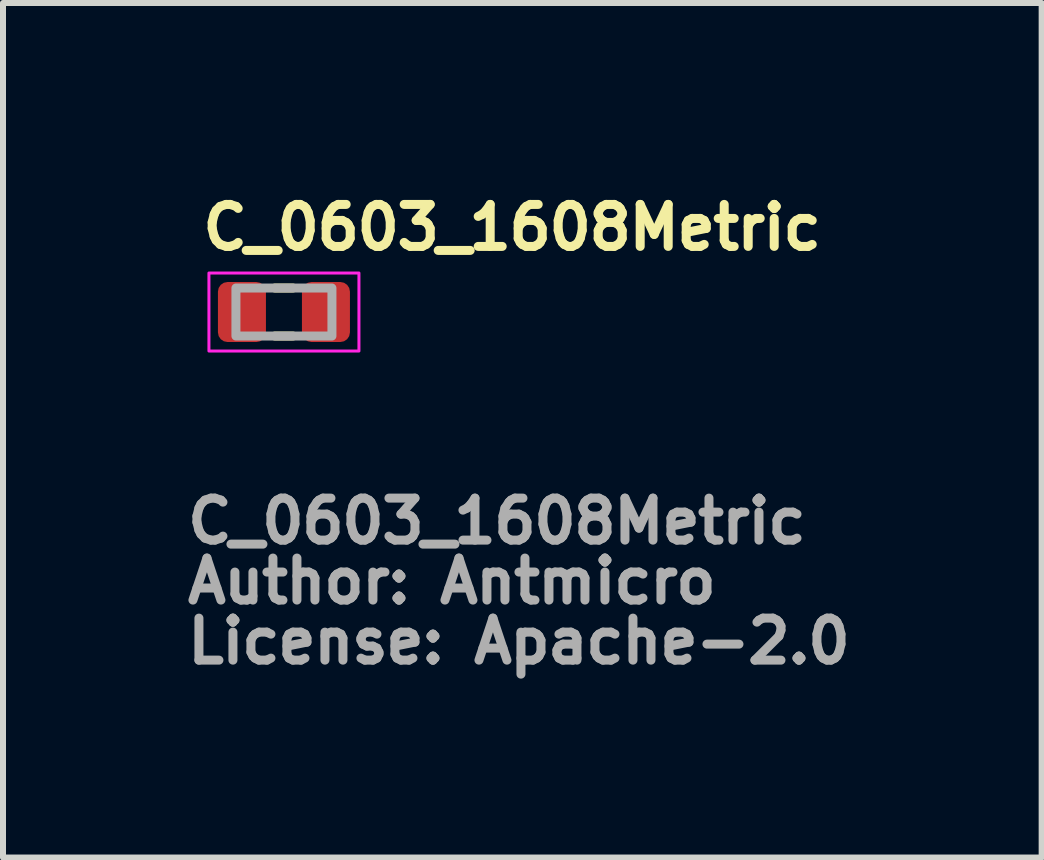
<source format=kicad_pcb>
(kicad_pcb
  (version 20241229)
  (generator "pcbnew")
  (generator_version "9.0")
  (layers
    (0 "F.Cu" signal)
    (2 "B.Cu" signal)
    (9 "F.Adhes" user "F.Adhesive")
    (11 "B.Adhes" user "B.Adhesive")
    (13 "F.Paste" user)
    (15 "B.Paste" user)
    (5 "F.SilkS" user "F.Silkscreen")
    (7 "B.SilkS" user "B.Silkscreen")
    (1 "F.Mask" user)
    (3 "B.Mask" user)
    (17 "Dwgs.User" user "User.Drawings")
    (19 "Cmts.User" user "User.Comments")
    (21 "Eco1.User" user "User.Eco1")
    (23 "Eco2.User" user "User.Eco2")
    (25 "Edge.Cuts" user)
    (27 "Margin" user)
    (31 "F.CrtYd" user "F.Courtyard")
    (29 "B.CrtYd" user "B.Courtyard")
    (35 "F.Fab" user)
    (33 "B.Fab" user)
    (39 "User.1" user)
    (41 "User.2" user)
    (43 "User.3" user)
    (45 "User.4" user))
  (footprint "C_0603_1608Metric"
    (layer "F.Cu")
    (at 1.682 2.15)
    (property "Reference" "C_0603_1608Metric" (at -1.428 -1 0) (layer "F.SilkS") (effects (font (size 0.7 0.7) (thickness 0.15)) (justify left bottom)))
    (attr smd)
    (fp_line (start -0.15 -0.4) (end 0.15 -0.4) (stroke (width 0.15) (type solid)) (layer "F.SilkS"))
    (fp_line (start -0.15 0.4) (end 0.15 0.4) (stroke (width 0.15) (type solid)) (layer "F.SilkS"))
    (fp_rect (start -1.25 -0.65) (end 1.25 0.65) (stroke (width 0.05) (type solid)) (fill no) (layer "F.CrtYd"))
    (fp_rect (start -0.8 -0.4) (end 0.8 0.4) (stroke (width 0.15) (type solid)) (fill no) (layer "F.Fab"))
    (fp_rect (start -0.8 -0.45) (end 0.8 0.45) (stroke (width 0.1) (type solid)) (fill no) (layer "User.5"))
    (fp_line (start -0.801 -0.434) (end -0.801 -0.434) (stroke (width 0.02) (type solid)) (layer "User.9"))
    (fp_line (start -0.801 -0.434) (end -0.801 0.432) (stroke (width 0.02) (type solid)) (layer "User.9"))
    (fp_line (start -0.801 -0.434) (end -0.8 -0.434) (stroke (width 0.02) (type solid)) (layer "User.9"))
    (fp_line (start -0.801 0.432) (end -0.801 0.432) (stroke (width 0.02) (type solid)) (layer "User.9"))
    (fp_line (start -0.801 0.432) (end -0.8 0.433) (stroke (width 0.02) (type solid)) (layer "User.9"))
    (fp_line (start -0.8 -0.44) (end -0.8 -0.439) (stroke (width 0.02) (type solid)) (layer "User.9"))
    (fp_line (start -0.8 -0.439) (end -0.8 -0.438) (stroke (width 0.02) (type solid)) (layer "User.9"))
    (fp_line (start -0.8 -0.438) (end -0.8 -0.438) (stroke (width 0.02) (type solid)) (layer "User.9"))
    (fp_line (start -0.8 -0.438) (end -0.8 -0.437) (stroke (width 0.02) (type solid)) (layer "User.9"))
    (fp_line (start -0.8 -0.437) (end -0.8 -0.436) (stroke (width 0.02) (type solid)) (layer "User.9"))
    (fp_line (start -0.8 -0.436) (end -0.8 -0.435) (stroke (width 0.02) (type solid)) (layer "User.9"))
    (fp_line (start -0.8 -0.435) (end -0.801 -0.434) (stroke (width 0.02) (type solid)) (layer "User.9"))
    (fp_line (start -0.8 -0.434) (end -0.8 -0.433) (stroke (width 0.02) (type solid)) (layer "User.9"))
    (fp_line (start -0.8 -0.433) (end -0.8 -0.432) (stroke (width 0.02) (type solid)) (layer "User.9"))
    (fp_line (start -0.8 -0.432) (end -0.8 -0.431) (stroke (width 0.02) (type solid)) (layer "User.9"))
    (fp_line (start -0.8 -0.431) (end -0.8 -0.431) (stroke (width 0.02) (type solid)) (layer "User.9"))
    (fp_line (start -0.8 -0.431) (end -0.8 -0.43) (stroke (width 0.02) (type solid)) (layer "User.9"))
    (fp_line (start -0.8 -0.43) (end -0.8 -0.429) (stroke (width 0.02) (type solid)) (layer "User.9"))
    (fp_line (start -0.8 -0.429) (end -0.799 -0.428) (stroke (width 0.02) (type solid)) (layer "User.9"))
    (fp_line (start -0.8 0.427) (end -0.8 0.428) (stroke (width 0.02) (type solid)) (layer "User.9"))
    (fp_line (start -0.8 0.428) (end -0.8 0.429) (stroke (width 0.02) (type solid)) (layer "User.9"))
    (fp_line (start -0.8 0.429) (end -0.8 0.429) (stroke (width 0.02) (type solid)) (layer "User.9"))
    (fp_line (start -0.8 0.429) (end -0.8 0.43) (stroke (width 0.02) (type solid)) (layer "User.9"))
    (fp_line (start -0.8 0.43) (end -0.8 0.431) (stroke (width 0.02) (type solid)) (layer "User.9"))
    (fp_line (start -0.8 0.431) (end -0.8 0.432) (stroke (width 0.02) (type solid)) (layer "User.9"))
    (fp_line (start -0.8 0.432) (end -0.801 0.432) (stroke (width 0.02) (type solid)) (layer "User.9"))
    (fp_line (start -0.8 0.433) (end -0.8 0.434) (stroke (width 0.02) (type solid)) (layer "User.9"))
    (fp_line (start -0.8 0.434) (end -0.8 0.435) (stroke (width 0.02) (type solid)) (layer "User.9"))
    (fp_line (start -0.8 0.435) (end -0.8 0.436) (stroke (width 0.02) (type solid)) (layer "User.9"))
    (fp_line (start -0.8 0.436) (end -0.8 0.436) (stroke (width 0.02) (type solid)) (layer "User.9"))
    (fp_line (start -0.8 0.436) (end -0.8 0.437) (stroke (width 0.02) (type solid)) (layer "User.9"))
    (fp_line (start -0.8 0.437) (end -0.8 0.438) (stroke (width 0.02) (type solid)) (layer "User.9"))
    (fp_line (start -0.8 0.438) (end -0.799 0.439) (stroke (width 0.02) (type solid)) (layer "User.9"))
    (fp_line (start -0.799 -0.442) (end -0.799 -0.441) (stroke (width 0.02) (type solid)) (layer "User.9"))
    (fp_line (start -0.799 -0.441) (end -0.8 -0.44) (stroke (width 0.02) (type solid)) (layer "User.9"))
    (fp_line (start -0.799 -0.441) (end -0.799 -0.441) (stroke (width 0.02) (type solid)) (layer "User.9"))
    (fp_line (start -0.799 -0.428) (end -0.799 -0.428) (stroke (width 0.02) (type solid)) (layer "User.9"))
    (fp_line (start -0.799 -0.428) (end -0.799 -0.427) (stroke (width 0.02) (type solid)) (layer "User.9"))
    (fp_line (start -0.799 -0.427) (end -0.798 -0.426) (stroke (width 0.02) (type solid)) (layer "User.9"))
    (fp_line (start -0.799 0.425) (end -0.799 0.426) (stroke (width 0.02) (type solid)) (layer "User.9"))
    (fp_line (start -0.799 0.426) (end -0.8 0.427) (stroke (width 0.02) (type solid)) (layer "User.9"))
    (fp_line (start -0.799 0.426) (end -0.799 0.426) (stroke (width 0.02) (type solid)) (layer "User.9"))
    (fp_line (start -0.799 0.439) (end -0.799 0.439) (stroke (width 0.02) (type solid)) (layer "User.9"))
    (fp_line (start -0.799 0.439) (end -0.799 0.44) (stroke (width 0.02) (type solid)) (layer "User.9"))
    (fp_line (start -0.799 0.44) (end -0.798 0.441) (stroke (width 0.02) (type solid)) (layer "User.9"))
    (fp_line (start -0.798 -0.443) (end -0.799 -0.442) (stroke (width 0.02) (type solid)) (layer "User.9"))
    (fp_line (start -0.798 -0.443) (end -0.798 -0.443) (stroke (width 0.02) (type solid)) (layer "User.9"))
    (fp_line (start -0.798 -0.426) (end -0.798 -0.426) (stroke (width 0.02) (type solid)) (layer "User.9"))
    (fp_line (start -0.798 -0.426) (end -0.797 -0.425) (stroke (width 0.02) (type solid)) (layer "User.9"))
    (fp_line (start -0.798 0.424) (end -0.799 0.425) (stroke (width 0.02) (type solid)) (layer "User.9"))
    (fp_line (start -0.798 0.424) (end -0.798 0.424) (stroke (width 0.02) (type solid)) (layer "User.9"))
    (fp_line (start -0.798 0.441) (end -0.798 0.441) (stroke (width 0.02) (type solid)) (layer "User.9"))
    (fp_line (start -0.798 0.441) (end -0.797 0.442) (stroke (width 0.02) (type solid)) (layer "User.9"))
    (fp_line (start -0.797 -0.445) (end -0.797 -0.444) (stroke (width 0.02) (type solid)) (layer "User.9"))
    (fp_line (start -0.797 -0.444) (end -0.798 -0.443) (stroke (width 0.02) (type solid)) (layer "User.9"))
    (fp_line (start -0.797 -0.425) (end -0.797 -0.424) (stroke (width 0.02) (type solid)) (layer "User.9"))
    (fp_line (start -0.797 -0.424) (end -0.796 -0.424) (stroke (width 0.02) (type solid)) (layer "User.9"))
    (fp_line (start -0.797 0.422) (end -0.797 0.423) (stroke (width 0.02) (type solid)) (layer "User.9"))
    (fp_line (start -0.797 0.423) (end -0.798 0.424) (stroke (width 0.02) (type solid)) (layer "User.9"))
    (fp_line (start -0.797 0.442) (end -0.797 0.443) (stroke (width 0.02) (type solid)) (layer "User.9"))
    (fp_line (start -0.797 0.443) (end -0.796 0.443) (stroke (width 0.02) (type solid)) (layer "User.9"))
    (fp_line (start -0.796 -0.446) (end -0.796 -0.445) (stroke (width 0.02) (type solid)) (layer "User.9"))
    (fp_line (start -0.796 -0.445) (end -0.797 -0.445) (stroke (width 0.02) (type solid)) (layer "User.9"))
    (fp_line (start -0.796 -0.424) (end -0.796 -0.423) (stroke (width 0.02) (type solid)) (layer "User.9"))
    (fp_line (start -0.796 -0.423) (end -0.795 -0.423) (stroke (width 0.02) (type solid)) (layer "User.9"))
    (fp_line (start -0.796 0.421) (end -0.796 0.422) (stroke (width 0.02) (type solid)) (layer "User.9"))
    (fp_line (start -0.796 0.422) (end -0.797 0.422) (stroke (width 0.02) (type solid)) (layer "User.9"))
    (fp_line (start -0.796 0.443) (end -0.796 0.444) (stroke (width 0.02) (type solid)) (layer "User.9"))
    (fp_line (start -0.796 0.444) (end -0.795 0.444) (stroke (width 0.02) (type solid)) (layer "User.9"))
    (fp_line (start -0.795 -0.447) (end -0.795 -0.446) (stroke (width 0.02) (type solid)) (layer "User.9"))
    (fp_line (start -0.795 -0.446) (end -0.796 -0.446) (stroke (width 0.02) (type solid)) (layer "User.9"))
    (fp_line (start -0.795 -0.423) (end -0.795 -0.422) (stroke (width 0.02) (type solid)) (layer "User.9"))
    (fp_line (start -0.795 -0.422) (end -0.794 -0.422) (stroke (width 0.02) (type solid)) (layer "User.9"))
    (fp_line (start -0.795 0.42) (end -0.795 0.421) (stroke (width 0.02) (type solid)) (layer "User.9"))
    (fp_line (start -0.795 0.421) (end -0.796 0.421) (stroke (width 0.02) (type solid)) (layer "User.9"))
    (fp_line (start -0.795 0.444) (end -0.795 0.445) (stroke (width 0.02) (type solid)) (layer "User.9"))
    (fp_line (start -0.795 0.445) (end -0.794 0.445) (stroke (width 0.02) (type solid)) (layer "User.9"))
    (fp_line (start -0.794 -0.447) (end -0.795 -0.447) (stroke (width 0.02) (type solid)) (layer "User.9"))
    (fp_line (start -0.794 -0.422) (end -0.793 -0.421) (stroke (width 0.02) (type solid)) (layer "User.9"))
    (fp_line (start -0.794 0.42) (end -0.795 0.42) (stroke (width 0.02) (type solid)) (layer "User.9"))
    (fp_line (start -0.794 0.445) (end -0.793 0.446) (stroke (width 0.02) (type solid)) (layer "User.9"))
    (fp_line (start -0.793 -0.448) (end -0.794 -0.447) (stroke (width 0.02) (type solid)) (layer "User.9"))
    (fp_line (start -0.793 -0.448) (end -0.793 -0.448) (stroke (width 0.02) (type solid)) (layer "User.9"))
    (fp_line (start -0.793 -0.421) (end -0.793 -0.421) (stroke (width 0.02) (type solid)) (layer "User.9"))
    (fp_line (start -0.793 -0.421) (end -0.792 -0.42) (stroke (width 0.02) (type solid)) (layer "User.9"))
    (fp_line (start -0.793 0.419) (end -0.794 0.42) (stroke (width 0.02) (type solid)) (layer "User.9"))
    (fp_line (start -0.793 0.419) (end -0.793 0.419) (stroke (width 0.02) (type solid)) (layer "User.9"))
    (fp_line (start -0.793 0.446) (end -0.793 0.446) (stroke (width 0.02) (type solid)) (layer "User.9"))
    (fp_line (start -0.793 0.446) (end -0.792 0.448) (stroke (width 0.02) (type solid)) (layer "User.9"))
    (fp_line (start -0.792 -0.45) (end -0.793 -0.448) (stroke (width 0.02) (type solid)) (layer "User.9"))
    (fp_line (start -0.792 -0.42) (end -0.791 -0.42) (stroke (width 0.02) (type solid)) (layer "User.9"))
    (fp_line (start -0.792 0.418) (end -0.793 0.419) (stroke (width 0.02) (type solid)) (layer "User.9"))
    (fp_line (start -0.792 0.448) (end -0.791 0.448) (stroke (width 0.02) (type solid)) (layer "User.9"))
    (fp_line (start -0.791 -0.45) (end -0.792 -0.45) (stroke (width 0.02) (type solid)) (layer "User.9"))
    (fp_line (start -0.791 -0.45) (end -0.791 -0.45) (stroke (width 0.02) (type solid)) (layer "User.9"))
    (fp_line (start -0.791 -0.42) (end -0.791 -0.42) (stroke (width 0.02) (type solid)) (layer "User.9"))
    (fp_line (start -0.791 -0.42) (end -0.79 -0.419) (stroke (width 0.02) (type solid)) (layer "User.9"))
    (fp_line (start -0.791 0.418) (end -0.792 0.418) (stroke (width 0.02) (type solid)) (layer "User.9"))
    (fp_line (start -0.791 0.418) (end -0.791 0.418) (stroke (width 0.02) (type solid)) (layer "User.9"))
    (fp_line (start -0.791 0.448) (end -0.791 0.448) (stroke (width 0.02) (type solid)) (layer "User.9"))
    (fp_line (start -0.791 0.448) (end -0.79 0.449) (stroke (width 0.02) (type solid)) (layer "User.9"))
    (fp_line (start -0.79 -0.451) (end -0.791 -0.45) (stroke (width 0.02) (type solid)) (layer "User.9"))
    (fp_line (start -0.79 -0.419) (end -0.789 -0.419) (stroke (width 0.02) (type solid)) (layer "User.9"))
    (fp_line (start -0.79 0.417) (end -0.791 0.418) (stroke (width 0.02) (type solid)) (layer "User.9"))
    (fp_line (start -0.79 0.449) (end -0.789 0.449) (stroke (width 0.02) (type solid)) (layer "User.9"))
    (fp_line (start -0.789 -0.451) (end -0.79 -0.451) (stroke (width 0.02) (type solid)) (layer "User.9"))
    (fp_line (start -0.789 -0.419) (end -0.788 -0.419) (stroke (width 0.02) (type solid)) (layer "User.9"))
    (fp_line (start -0.789 0.417) (end -0.79 0.417) (stroke (width 0.02) (type solid)) (layer "User.9"))
    (fp_line (start -0.789 0.449) (end -0.788 0.449) (stroke (width 0.02) (type solid)) (layer "User.9"))
    (fp_line (start -0.788 -0.451) (end -0.789 -0.451) (stroke (width 0.02) (type solid)) (layer "User.9"))
    (fp_line (start -0.788 -0.451) (end -0.788 -0.451) (stroke (width 0.02) (type solid)) (layer "User.9"))
    (fp_line (start -0.788 -0.419) (end -0.788 -0.419) (stroke (width 0.02) (type solid)) (layer "User.9"))
    (fp_line (start -0.788 -0.419) (end -0.787 -0.419) (stroke (width 0.02) (type solid)) (layer "User.9"))
    (fp_line (start -0.788 0.417) (end -0.789 0.417) (stroke (width 0.02) (type solid)) (layer "User.9"))
    (fp_line (start -0.788 0.417) (end -0.788 0.417) (stroke (width 0.02) (type solid)) (layer "User.9"))
    (fp_line (start -0.788 0.449) (end -0.788 0.449) (stroke (width 0.02) (type solid)) (layer "User.9"))
    (fp_line (start -0.788 0.449) (end -0.787 0.449) (stroke (width 0.02) (type solid)) (layer "User.9"))
    (fp_line (start -0.787 -0.451) (end -0.788 -0.451) (stroke (width 0.02) (type solid)) (layer "User.9"))
    (fp_line (start -0.787 -0.419) (end -0.786 -0.419) (stroke (width 0.02) (type solid)) (layer "User.9"))
    (fp_line (start -0.787 0.417) (end -0.788 0.417) (stroke (width 0.02) (type solid)) (layer "User.9"))
    (fp_line (start -0.787 0.449) (end -0.786 0.449) (stroke (width 0.02) (type solid)) (layer "User.9"))
    (fp_line (start -0.786 -0.451) (end -0.787 -0.451) (stroke (width 0.02) (type solid)) (layer "User.9"))
    (fp_line (start -0.786 -0.419) (end -0.785 -0.419) (stroke (width 0.02) (type solid)) (layer "User.9"))
    (fp_line (start -0.786 0.417) (end -0.787 0.417) (stroke (width 0.02) (type solid)) (layer "User.9"))
    (fp_line (start -0.786 0.449) (end -0.785 0.449) (stroke (width 0.02) (type solid)) (layer "User.9"))
    (fp_line (start -0.785 -0.452) (end -0.785 -0.452) (stroke (width 0.02) (type solid)) (layer "User.9"))
    (fp_line (start -0.785 -0.452) (end -0.785 -0.451) (stroke (width 0.02) (type solid)) (layer "User.9"))
    (fp_line (start -0.785 -0.451) (end -0.786 -0.451) (stroke (width 0.02) (type solid)) (layer "User.9"))
    (fp_line (start -0.785 -0.419) (end -0.785 -0.418) (stroke (width 0.02) (type solid)) (layer "User.9"))
    (fp_line (start -0.785 -0.418) (end -0.785 -0.418) (stroke (width 0.02) (type solid)) (layer "User.9"))
    (fp_line (start -0.785 -0.418) (end -0.784 -0.419) (stroke (width 0.02) (type solid)) (layer "User.9"))
    (fp_line (start -0.785 0.416) (end -0.785 0.416) (stroke (width 0.02) (type solid)) (layer "User.9"))
    (fp_line (start -0.785 0.416) (end -0.785 0.417) (stroke (width 0.02) (type solid)) (layer "User.9"))
    (fp_line (start -0.785 0.417) (end -0.786 0.417) (stroke (width 0.02) (type solid)) (layer "User.9"))
    (fp_line (start -0.785 0.449) (end -0.785 0.45) (stroke (width 0.02) (type solid)) (layer "User.9"))
    (fp_line (start -0.785 0.45) (end -0.785 0.45) (stroke (width 0.02) (type solid)) (layer "User.9"))
    (fp_line (start -0.785 0.45) (end -0.784 0.449) (stroke (width 0.02) (type solid)) (layer "User.9"))
    (fp_line (start -0.784 -0.451) (end -0.785 -0.452) (stroke (width 0.02) (type solid)) (layer "User.9"))
    (fp_line (start -0.784 -0.419) (end -0.783 -0.419) (stroke (width 0.02) (type solid)) (layer "User.9"))
    (fp_line (start -0.784 0.417) (end -0.785 0.416) (stroke (width 0.02) (type solid)) (layer "User.9"))
    (fp_line (start -0.784 0.449) (end -0.783 0.449) (stroke (width 0.02) (type solid)) (layer "User.9"))
    (fp_line (start -0.783 -0.451) (end -0.784 -0.451) (stroke (width 0.02) (type solid)) (layer "User.9"))
    (fp_line (start -0.783 -0.419) (end -0.782 -0.419) (stroke (width 0.02) (type solid)) (layer "User.9"))
    (fp_line (start -0.783 0.417) (end -0.784 0.417) (stroke (width 0.02) (type solid)) (layer "User.9"))
    (fp_line (start -0.783 0.449) (end -0.782 0.449) (stroke (width 0.02) (type solid)) (layer "User.9"))
    (fp_line (start -0.782 -0.451) (end -0.783 -0.451) (stroke (width 0.02) (type solid)) (layer "User.9"))
    (fp_line (start -0.782 -0.419) (end -0.781 -0.419) (stroke (width 0.02) (type solid)) (layer "User.9"))
    (fp_line (start -0.782 0.417) (end -0.783 0.417) (stroke (width 0.02) (type solid)) (layer "User.9"))
    (fp_line (start -0.782 0.449) (end -0.781 0.449) (stroke (width 0.02) (type solid)) (layer "User.9"))
    (fp_line (start -0.781 -0.451) (end -0.782 -0.451) (stroke (width 0.02) (type solid)) (layer "User.9"))
    (fp_line (start -0.781 -0.451) (end -0.781 -0.451) (stroke (width 0.02) (type solid)) (layer "User.9"))
    (fp_line (start -0.781 -0.419) (end -0.781 -0.419) (stroke (width 0.02) (type solid)) (layer "User.9"))
    (fp_line (start -0.781 -0.419) (end -0.78 -0.419) (stroke (width 0.02) (type solid)) (layer "User.9"))
    (fp_line (start -0.781 0.417) (end -0.782 0.417) (stroke (width 0.02) (type solid)) (layer "User.9"))
    (fp_line (start -0.781 0.417) (end -0.781 0.417) (stroke (width 0.02) (type solid)) (layer "User.9"))
    (fp_line (start -0.781 0.449) (end -0.781 0.449) (stroke (width 0.02) (type solid)) (layer "User.9"))
    (fp_line (start -0.781 0.449) (end -0.78 0.449) (stroke (width 0.02) (type solid)) (layer "User.9"))
    (fp_line (start -0.78 -0.451) (end -0.781 -0.451) (stroke (width 0.02) (type solid)) (layer "User.9"))
    (fp_line (start -0.78 -0.419) (end -0.779 -0.419) (stroke (width 0.02) (type solid)) (layer "User.9"))
    (fp_line (start -0.78 0.417) (end -0.781 0.417) (stroke (width 0.02) (type solid)) (layer "User.9"))
    (fp_line (start -0.78 0.449) (end -0.779 0.449) (stroke (width 0.02) (type solid)) (layer "User.9"))
    (fp_line (start -0.779 -0.451) (end -0.78 -0.451) (stroke (width 0.02) (type solid)) (layer "User.9"))
    (fp_line (start -0.779 -0.419) (end -0.778 -0.42) (stroke (width 0.02) (type solid)) (layer "User.9"))
    (fp_line (start -0.779 0.417) (end -0.78 0.417) (stroke (width 0.02) (type solid)) (layer "User.9"))
    (fp_line (start -0.779 0.449) (end -0.778 0.448) (stroke (width 0.02) (type solid)) (layer "User.9"))
    (fp_line (start -0.778 -0.45) (end -0.779 -0.451) (stroke (width 0.02) (type solid)) (layer "User.9"))
    (fp_line (start -0.778 -0.45) (end -0.778 -0.45) (stroke (width 0.02) (type solid)) (layer "User.9"))
    (fp_line (start -0.778 -0.42) (end -0.778 -0.42) (stroke (width 0.02) (type solid)) (layer "User.9"))
    (fp_line (start -0.778 -0.42) (end -0.777 -0.42) (stroke (width 0.02) (type solid)) (layer "User.9"))
    (fp_line (start -0.778 0.418) (end -0.779 0.417) (stroke (width 0.02) (type solid)) (layer "User.9"))
    (fp_line (start -0.778 0.418) (end -0.778 0.418) (stroke (width 0.02) (type solid)) (layer "User.9"))
    (fp_line (start -0.778 0.448) (end -0.778 0.448) (stroke (width 0.02) (type solid)) (layer "User.9"))
    (fp_line (start -0.778 0.448) (end -0.777 0.448) (stroke (width 0.02) (type solid)) (layer "User.9"))
    (fp_line (start -0.777 -0.45) (end -0.778 -0.45) (stroke (width 0.02) (type solid)) (layer "User.9"))
    (fp_line (start -0.777 -0.42) (end -0.776 -0.421) (stroke (width 0.02) (type solid)) (layer "User.9"))
    (fp_line (start -0.777 0.418) (end -0.778 0.418) (stroke (width 0.02) (type solid)) (layer "User.9"))
    (fp_line (start -0.777 0.448) (end -0.776 0.446) (stroke (width 0.02) (type solid)) (layer "User.9"))
    (fp_line (start -0.776 -0.448) (end -0.777 -0.45) (stroke (width 0.02) (type solid)) (layer "User.9"))
    (fp_line (start -0.776 -0.448) (end -0.776 -0.448) (stroke (width 0.02) (type solid)) (layer "User.9"))
    (fp_line (start -0.776 -0.421) (end -0.776 -0.421) (stroke (width 0.02) (type solid)) (layer "User.9"))
    (fp_line (start -0.776 -0.421) (end -0.775 -0.422) (stroke (width 0.02) (type solid)) (layer "User.9"))
    (fp_line (start -0.776 0.419) (end -0.777 0.418) (stroke (width 0.02) (type solid)) (layer "User.9"))
    (fp_line (start -0.776 0.419) (end -0.776 0.419) (stroke (width 0.02) (type solid)) (layer "User.9"))
    (fp_line (start -0.776 0.446) (end -0.776 0.446) (stroke (width 0.02) (type solid)) (layer "User.9"))
    (fp_line (start -0.776 0.446) (end -0.775 0.445) (stroke (width 0.02) (type solid)) (layer "User.9"))
    (fp_line (start -0.775 -0.447) (end -0.776 -0.448) (stroke (width 0.02) (type solid)) (layer "User.9"))
    (fp_line (start -0.775 -0.422) (end -0.774 -0.422) (stroke (width 0.02) (type solid)) (layer "User.9"))
    (fp_line (start -0.775 0.42) (end -0.776 0.419) (stroke (width 0.02) (type solid)) (layer "User.9"))
    (fp_line (start -0.775 0.445) (end -0.774 0.445) (stroke (width 0.02) (type solid)) (layer "User.9"))
    (fp_line (start -0.774 -0.447) (end -0.775 -0.447) (stroke (width 0.02) (type solid)) (layer "User.9"))
    (fp_line (start -0.774 -0.446) (end -0.774 -0.447) (stroke (width 0.02) (type solid)) (layer "User.9"))
    (fp_line (start -0.774 -0.423) (end -0.773 -0.423) (stroke (width 0.02) (type solid)) (layer "User.9"))
    (fp_line (start -0.774 -0.422) (end -0.774 -0.423) (stroke (width 0.02) (type solid)) (layer "User.9"))
    (fp_line (start -0.774 0.42) (end -0.775 0.42) (stroke (width 0.02) (type solid)) (layer "User.9"))
    (fp_line (start -0.774 0.421) (end -0.774 0.42) (stroke (width 0.02) (type solid)) (layer "User.9"))
    (fp_line (start -0.774 0.444) (end -0.773 0.444) (stroke (width 0.02) (type solid)) (layer "User.9"))
    (fp_line (start -0.774 0.445) (end -0.774 0.444) (stroke (width 0.02) (type solid)) (layer "User.9"))
    (fp_line (start -0.773 -0.446) (end -0.774 -0.446) (stroke (width 0.02) (type solid)) (layer "User.9"))
    (fp_line (start -0.773 -0.445) (end -0.773 -0.446) (stroke (width 0.02) (type solid)) (layer "User.9"))
    (fp_line (start -0.773 -0.424) (end -0.772 -0.424) (stroke (width 0.02) (type solid)) (layer "User.9"))
    (fp_line (start -0.773 -0.423) (end -0.773 -0.424) (stroke (width 0.02) (type solid)) (layer "User.9"))
    (fp_line (start -0.773 0.421) (end -0.774 0.421) (stroke (width 0.02) (type solid)) (layer "User.9"))
    (fp_line (start -0.773 0.422) (end -0.773 0.421) (stroke (width 0.02) (type solid)) (layer "User.9"))
    (fp_line (start -0.773 0.443) (end -0.772 0.443) (stroke (width 0.02) (type solid)) (layer "User.9"))
    (fp_line (start -0.773 0.444) (end -0.773 0.443) (stroke (width 0.02) (type solid)) (layer "User.9"))
    (fp_line (start -0.772 -0.445) (end -0.773 -0.445) (stroke (width 0.02) (type solid)) (layer "User.9"))
    (fp_line (start -0.772 -0.444) (end -0.772 -0.445) (stroke (width 0.02) (type solid)) (layer "User.9"))
    (fp_line (start -0.772 -0.425) (end -0.771 -0.426) (stroke (width 0.02) (type solid)) (layer "User.9"))
    (fp_line (start -0.772 -0.424) (end -0.772 -0.425) (stroke (width 0.02) (type solid)) (layer "User.9"))
    (fp_line (start -0.772 0.422) (end -0.773 0.422) (stroke (width 0.02) (type solid)) (layer "User.9"))
    (fp_line (start -0.772 0.423) (end -0.772 0.422) (stroke (width 0.02) (type solid)) (layer "User.9"))
    (fp_line (start -0.772 0.442) (end -0.771 0.441) (stroke (width 0.02) (type solid)) (layer "User.9"))
    (fp_line (start -0.772 0.443) (end -0.772 0.442) (stroke (width 0.02) (type solid)) (layer "User.9"))
    (fp_line (start -0.771 -0.443) (end -0.772 -0.444) (stroke (width 0.02) (type solid)) (layer "User.9"))
    (fp_line (start -0.771 -0.443) (end -0.771 -0.443) (stroke (width 0.02) (type solid)) (layer "User.9"))
    (fp_line (start -0.771 -0.426) (end -0.771 -0.426) (stroke (width 0.02) (type solid)) (layer "User.9"))
    (fp_line (start -0.771 -0.426) (end -0.77 -0.427) (stroke (width 0.02) (type solid)) (layer "User.9"))
    (fp_line (start -0.771 0.424) (end -0.772 0.423) (stroke (width 0.02) (type solid)) (layer "User.9"))
    (fp_line (start -0.771 0.424) (end -0.771 0.424) (stroke (width 0.02) (type solid)) (layer "User.9"))
    (fp_line (start -0.771 0.441) (end -0.771 0.441) (stroke (width 0.02) (type solid)) (layer "User.9"))
    (fp_line (start -0.771 0.441) (end -0.77 0.44) (stroke (width 0.02) (type solid)) (layer "User.9"))
    (fp_line (start -0.77 -0.442) (end -0.771 -0.443) (stroke (width 0.02) (type solid)) (layer "User.9"))
    (fp_line (start -0.77 -0.441) (end -0.77 -0.442) (stroke (width 0.02) (type solid)) (layer "User.9"))
    (fp_line (start -0.77 -0.441) (end -0.77 -0.441) (stroke (width 0.02) (type solid)) (layer "User.9"))
    (fp_line (start -0.77 -0.428) (end -0.77 -0.428) (stroke (width 0.02) (type solid)) (layer "User.9"))
    (fp_line (start -0.77 -0.428) (end -0.769 -0.429) (stroke (width 0.02) (type solid)) (layer "User.9"))
    (fp_line (start -0.77 -0.427) (end -0.77 -0.428) (stroke (width 0.02) (type solid)) (layer "User.9"))
    (fp_line (start -0.77 0.425) (end -0.771 0.424) (stroke (width 0.02) (type solid)) (layer "User.9"))
    (fp_line (start -0.77 0.426) (end -0.77 0.425) (stroke (width 0.02) (type solid)) (layer "User.9"))
    (fp_line (start -0.77 0.426) (end -0.77 0.426) (stroke (width 0.02) (type solid)) (layer "User.9"))
    (fp_line (start -0.77 0.439) (end -0.77 0.439) (stroke (width 0.02) (type solid)) (layer "User.9"))
    (fp_line (start -0.77 0.439) (end -0.769 0.438) (stroke (width 0.02) (type solid)) (layer "User.9"))
    (fp_line (start -0.77 0.44) (end -0.77 0.439) (stroke (width 0.02) (type solid)) (layer "User.9"))
    (fp_line (start -0.769 -0.44) (end -0.77 -0.441) (stroke (width 0.02) (type solid)) (layer "User.9"))
    (fp_line (start -0.769 -0.439) (end -0.769 -0.44) (stroke (width 0.02) (type solid)) (layer "User.9"))
    (fp_line (start -0.769 -0.438) (end -0.769 -0.439) (stroke (width 0.02) (type solid)) (layer "User.9"))
    (fp_line (start -0.769 -0.438) (end -0.769 -0.438) (stroke (width 0.02) (type solid)) (layer "User.9"))
    (fp_line (start -0.769 -0.437) (end -0.769 -0.438) (stroke (width 0.02) (type solid)) (layer "User.9"))
    (fp_line (start -0.769 -0.436) (end -0.769 -0.437) (stroke (width 0.02) (type solid)) (layer "User.9"))
    (fp_line (start -0.769 -0.435) (end -0.769 -0.436) (stroke (width 0.02) (type solid)) (layer "User.9"))
    (fp_line (start -0.769 -0.434) (end -0.767 -0.434) (stroke (width 0.02) (type solid)) (layer "User.9"))
    (fp_line (start -0.769 -0.433) (end -0.769 -0.434) (stroke (width 0.02) (type solid)) (layer "User.9"))
    (fp_line (start -0.769 -0.432) (end -0.769 -0.433) (stroke (width 0.02) (type solid)) (layer "User.9"))
    (fp_line (start -0.769 -0.431) (end -0.769 -0.432) (stroke (width 0.02) (type solid)) (layer "User.9"))
    (fp_line (start -0.769 -0.431) (end -0.769 -0.431) (stroke (width 0.02) (type solid)) (layer "User.9"))
    (fp_line (start -0.769 -0.43) (end -0.769 -0.431) (stroke (width 0.02) (type solid)) (layer "User.9"))
    (fp_line (start -0.769 -0.429) (end -0.769 -0.43) (stroke (width 0.02) (type solid)) (layer "User.9"))
    (fp_line (start -0.769 0.427) (end -0.77 0.426) (stroke (width 0.02) (type solid)) (layer "User.9"))
    (fp_line (start -0.769 0.428) (end -0.769 0.427) (stroke (width 0.02) (type solid)) (layer "User.9"))
    (fp_line (start -0.769 0.429) (end -0.769 0.428) (stroke (width 0.02) (type solid)) (layer "User.9"))
    (fp_line (start -0.769 0.429) (end -0.769 0.429) (stroke (width 0.02) (type solid)) (layer "User.9"))
    (fp_line (start -0.769 0.43) (end -0.769 0.429) (stroke (width 0.02) (type solid)) (layer "User.9"))
    (fp_line (start -0.769 0.431) (end -0.769 0.43) (stroke (width 0.02) (type solid)) (layer "User.9"))
    (fp_line (start -0.769 0.432) (end -0.769 0.431) (stroke (width 0.02) (type solid)) (layer "User.9"))
    (fp_line (start -0.769 0.433) (end -0.767 0.432) (stroke (width 0.02) (type solid)) (layer "User.9"))
    (fp_line (start -0.769 0.434) (end -0.769 0.433) (stroke (width 0.02) (type solid)) (layer "User.9"))
    (fp_line (start -0.769 0.435) (end -0.769 0.434) (stroke (width 0.02) (type solid)) (layer "User.9"))
    (fp_line (start -0.769 0.436) (end -0.769 0.435) (stroke (width 0.02) (type solid)) (layer "User.9"))
    (fp_line (start -0.769 0.436) (end -0.769 0.436) (stroke (width 0.02) (type solid)) (layer "User.9"))
    (fp_line (start -0.769 0.437) (end -0.769 0.436) (stroke (width 0.02) (type solid)) (layer "User.9"))
    (fp_line (start -0.769 0.438) (end -0.769 0.437) (stroke (width 0.02) (type solid)) (layer "User.9"))
    (fp_line (start -0.767 -0.434) (end -0.769 -0.435) (stroke (width 0.02) (type solid)) (layer "User.9"))
    (fp_line (start -0.767 -0.434) (end -0.767 -0.434) (stroke (width 0.02) (type solid)) (layer "User.9"))
    (fp_line (start -0.767 -0.434) (end -0.767 -0.434) (stroke (width 0.02) (type solid)) (layer "User.9"))
    (fp_line (start -0.767 0.432) (end -0.769 0.432) (stroke (width 0.02) (type solid)) (layer "User.9"))
    (fp_line (start -0.767 0.432) (end -0.767 0.432) (stroke (width 0.02) (type solid)) (layer "User.9"))
    (fp_line (start -0.767 0.432) (end -0.767 0.432) (stroke (width 0.02) (type solid)) (layer "User.9"))
    (fp_line (start -0.451 -0.452) (end -0.785 -0.452) (stroke (width 0.02) (type solid)) (layer "User.9"))
    (fp_line (start -0.451 -0.452) (end -0.451 -0.434) (stroke (width 0.02) (type solid)) (layer "User.9"))
    (fp_line (start -0.451 -0.434) (end -0.451 0.432) (stroke (width 0.02) (type solid)) (layer "User.9"))
    (fp_line (start -0.451 0.432) (end -0.451 0.45) (stroke (width 0.02) (type solid)) (layer "User.9"))
    (fp_line (start -0.451 0.443) (end 0.451 0.443) (stroke (width 0.02) (type solid)) (layer "User.9"))
    (fp_line (start -0.451 0.45) (end -0.785 0.45) (stroke (width 0.02) (type solid)) (layer "User.9"))
    (fp_line (start 0.451 -0.452) (end 0.785 -0.452) (stroke (width 0.02) (type solid)) (layer "User.9"))
    (fp_line (start 0.451 -0.446) (end -0.451 -0.446) (stroke (width 0.02) (type solid)) (layer "User.9"))
    (fp_line (start 0.451 -0.434) (end 0.451 -0.452) (stroke (width 0.02) (type solid)) (layer "User.9"))
    (fp_line (start 0.451 0.432) (end 0.451 -0.434) (stroke (width 0.02) (type solid)) (layer "User.9"))
    (fp_line (start 0.451 0.45) (end 0.451 0.432) (stroke (width 0.02) (type solid)) (layer "User.9"))
    (fp_line (start 0.451 0.45) (end 0.785 0.45) (stroke (width 0.02) (type solid)) (layer "User.9"))
    (fp_line (start 0.769 -0.44) (end 0.769 -0.439) (stroke (width 0.02) (type solid)) (layer "User.9"))
    (fp_line (start 0.769 -0.439) (end 0.769 -0.438) (stroke (width 0.02) (type solid)) (layer "User.9"))
    (fp_line (start 0.769 -0.438) (end 0.769 -0.438) (stroke (width 0.02) (type solid)) (layer "User.9"))
    (fp_line (start 0.769 -0.438) (end 0.769 -0.437) (stroke (width 0.02) (type solid)) (layer "User.9"))
    (fp_line (start 0.769 -0.437) (end 0.769 -0.436) (stroke (width 0.02) (type solid)) (layer "User.9"))
    (fp_line (start 0.769 -0.436) (end 0.769 -0.435) (stroke (width 0.02) (type solid)) (layer "User.9"))
    (fp_line (start 0.769 -0.435) (end 0.769 -0.434) (stroke (width 0.02) (type solid)) (layer "User.9"))
    (fp_line (start 0.769 -0.434) (end 0.769 -0.434) (stroke (width 0.02) (type solid)) (layer "User.9"))
    (fp_line (start 0.769 -0.434) (end 0.769 -0.434) (stroke (width 0.02) (type solid)) (layer "User.9"))
    (fp_line (start 0.769 -0.434) (end 0.769 -0.433) (stroke (width 0.02) (type solid)) (layer "User.9"))
    (fp_line (start 0.769 -0.433) (end 0.769 -0.432) (stroke (width 0.02) (type solid)) (layer "User.9"))
    (fp_line (start 0.769 -0.432) (end 0.769 -0.431) (stroke (width 0.02) (type solid)) (layer "User.9"))
    (fp_line (start 0.769 -0.431) (end 0.769 -0.431) (stroke (width 0.02) (type solid)) (layer "User.9"))
    (fp_line (start 0.769 -0.431) (end 0.769 -0.43) (stroke (width 0.02) (type solid)) (layer "User.9"))
    (fp_line (start 0.769 -0.43) (end 0.769 -0.429) (stroke (width 0.02) (type solid)) (layer "User.9"))
    (fp_line (start 0.769 -0.429) (end 0.77 -0.428) (stroke (width 0.02) (type solid)) (layer "User.9"))
    (fp_line (start 0.769 0.427) (end 0.769 0.428) (stroke (width 0.02) (type solid)) (layer "User.9"))
    (fp_line (start 0.769 0.428) (end 0.769 0.429) (stroke (width 0.02) (type solid)) (layer "User.9"))
    (fp_line (start 0.769 0.429) (end 0.769 0.429) (stroke (width 0.02) (type solid)) (layer "User.9"))
    (fp_line (start 0.769 0.429) (end 0.769 0.43) (stroke (width 0.02) (type solid)) (layer "User.9"))
    (fp_line (start 0.769 0.43) (end 0.769 0.431) (stroke (width 0.02) (type solid)) (layer "User.9"))
    (fp_line (start 0.769 0.431) (end 0.769 0.432) (stroke (width 0.02) (type solid)) (layer "User.9"))
    (fp_line (start 0.769 0.432) (end 0.769 0.432) (stroke (width 0.02) (type solid)) (layer "User.9"))
    (fp_line (start 0.769 0.432) (end 0.769 0.432) (stroke (width 0.02) (type solid)) (layer "User.9"))
    (fp_line (start 0.769 0.432) (end 0.769 0.433) (stroke (width 0.02) (type solid)) (layer "User.9"))
    (fp_line (start 0.769 0.433) (end 0.769 0.434) (stroke (width 0.02) (type solid)) (layer "User.9"))
    (fp_line (start 0.769 0.434) (end 0.769 0.435) (stroke (width 0.02) (type solid)) (layer "User.9"))
    (fp_line (start 0.769 0.435) (end 0.769 0.436) (stroke (width 0.02) (type solid)) (layer "User.9"))
    (fp_line (start 0.769 0.436) (end 0.769 0.436) (stroke (width 0.02) (type solid)) (layer "User.9"))
    (fp_line (start 0.769 0.436) (end 0.769 0.437) (stroke (width 0.02) (type solid)) (layer "User.9"))
    (fp_line (start 0.769 0.437) (end 0.769 0.438) (stroke (width 0.02) (type solid)) (layer "User.9"))
    (fp_line (start 0.769 0.438) (end 0.77 0.439) (stroke (width 0.02) (type solid)) (layer "User.9"))
    (fp_line (start 0.77 -0.442) (end 0.77 -0.441) (stroke (width 0.02) (type solid)) (layer "User.9"))
    (fp_line (start 0.77 -0.441) (end 0.769 -0.44) (stroke (width 0.02) (type solid)) (layer "User.9"))
    (fp_line (start 0.77 -0.441) (end 0.77 -0.441) (stroke (width 0.02) (type solid)) (layer "User.9"))
    (fp_line (start 0.77 -0.428) (end 0.77 -0.428) (stroke (width 0.02) (type solid)) (layer "User.9"))
    (fp_line (start 0.77 -0.428) (end 0.77 -0.427) (stroke (width 0.02) (type solid)) (layer "User.9"))
    (fp_line (start 0.77 -0.427) (end 0.771 -0.426) (stroke (width 0.02) (type solid)) (layer "User.9"))
    (fp_line (start 0.77 0.425) (end 0.77 0.426) (stroke (width 0.02) (type solid)) (layer "User.9"))
    (fp_line (start 0.77 0.426) (end 0.769 0.427) (stroke (width 0.02) (type solid)) (layer "User.9"))
    (fp_line (start 0.77 0.426) (end 0.77 0.426) (stroke (width 0.02) (type solid)) (layer "User.9"))
    (fp_line (start 0.77 0.439) (end 0.77 0.439) (stroke (width 0.02) (type solid)) (layer "User.9"))
    (fp_line (start 0.77 0.439) (end 0.77 0.44) (stroke (width 0.02) (type solid)) (layer "User.9"))
    (fp_line (start 0.77 0.44) (end 0.771 0.441) (stroke (width 0.02) (type solid)) (layer "User.9"))
    (fp_line (start 0.771 -0.443) (end 0.77 -0.442) (stroke (width 0.02) (type solid)) (layer "User.9"))
    (fp_line (start 0.771 -0.443) (end 0.771 -0.443) (stroke (width 0.02) (type solid)) (layer "User.9"))
    (fp_line (start 0.771 -0.426) (end 0.771 -0.426) (stroke (width 0.02) (type solid)) (layer "User.9"))
    (fp_line (start 0.771 -0.426) (end 0.772 -0.425) (stroke (width 0.02) (type solid)) (layer "User.9"))
    (fp_line (start 0.771 0.424) (end 0.77 0.425) (stroke (width 0.02) (type solid)) (layer "User.9"))
    (fp_line (start 0.771 0.424) (end 0.771 0.424) (stroke (width 0.02) (type solid)) (layer "User.9"))
    (fp_line (start 0.771 0.441) (end 0.771 0.441) (stroke (width 0.02) (type solid)) (layer "User.9"))
    (fp_line (start 0.771 0.441) (end 0.772 0.442) (stroke (width 0.02) (type solid)) (layer "User.9"))
    (fp_line (start 0.772 -0.445) (end 0.772 -0.444) (stroke (width 0.02) (type solid)) (layer "User.9"))
    (fp_line (start 0.772 -0.444) (end 0.771 -0.443) (stroke (width 0.02) (type solid)) (layer "User.9"))
    (fp_line (start 0.772 -0.425) (end 0.772 -0.424) (stroke (width 0.02) (type solid)) (layer "User.9"))
    (fp_line (start 0.772 -0.424) (end 0.773 -0.424) (stroke (width 0.02) (type solid)) (layer "User.9"))
    (fp_line (start 0.772 0.422) (end 0.772 0.423) (stroke (width 0.02) (type solid)) (layer "User.9"))
    (fp_line (start 0.772 0.423) (end 0.771 0.424) (stroke (width 0.02) (type solid)) (layer "User.9"))
    (fp_line (start 0.772 0.442) (end 0.772 0.443) (stroke (width 0.02) (type solid)) (layer "User.9"))
    (fp_line (start 0.772 0.443) (end 0.773 0.443) (stroke (width 0.02) (type solid)) (layer "User.9"))
    (fp_line (start 0.773 -0.446) (end 0.773 -0.445) (stroke (width 0.02) (type solid)) (layer "User.9"))
    (fp_line (start 0.773 -0.445) (end 0.772 -0.445) (stroke (width 0.02) (type solid)) (layer "User.9"))
    (fp_line (start 0.773 -0.424) (end 0.773 -0.423) (stroke (width 0.02) (type solid)) (layer "User.9"))
    (fp_line (start 0.773 -0.423) (end 0.774 -0.423) (stroke (width 0.02) (type solid)) (layer "User.9"))
    (fp_line (start 0.773 0.421) (end 0.773 0.422) (stroke (width 0.02) (type solid)) (layer "User.9"))
    (fp_line (start 0.773 0.422) (end 0.772 0.422) (stroke (width 0.02) (type solid)) (layer "User.9"))
    (fp_line (start 0.773 0.443) (end 0.773 0.444) (stroke (width 0.02) (type solid)) (layer "User.9"))
    (fp_line (start 0.773 0.444) (end 0.774 0.444) (stroke (width 0.02) (type solid)) (layer "User.9"))
    (fp_line (start 0.774 -0.447) (end 0.774 -0.446) (stroke (width 0.02) (type solid)) (layer "User.9"))
    (fp_line (start 0.774 -0.446) (end 0.773 -0.446) (stroke (width 0.02) (type solid)) (layer "User.9"))
    (fp_line (start 0.774 -0.423) (end 0.774 -0.422) (stroke (width 0.02) (type solid)) (layer "User.9"))
    (fp_line (start 0.774 -0.422) (end 0.775 -0.422) (stroke (width 0.02) (type solid)) (layer "User.9"))
    (fp_line (start 0.774 0.42) (end 0.774 0.421) (stroke (width 0.02) (type solid)) (layer "User.9"))
    (fp_line (start 0.774 0.421) (end 0.773 0.421) (stroke (width 0.02) (type solid)) (layer "User.9"))
    (fp_line (start 0.774 0.444) (end 0.774 0.445) (stroke (width 0.02) (type solid)) (layer "User.9"))
    (fp_line (start 0.774 0.445) (end 0.775 0.445) (stroke (width 0.02) (type solid)) (layer "User.9"))
    (fp_line (start 0.775 -0.447) (end 0.774 -0.447) (stroke (width 0.02) (type solid)) (layer "User.9"))
    (fp_line (start 0.775 -0.422) (end 0.776 -0.421) (stroke (width 0.02) (type solid)) (layer "User.9"))
    (fp_line (start 0.775 0.42) (end 0.774 0.42) (stroke (width 0.02) (type solid)) (layer "User.9"))
    (fp_line (start 0.775 0.445) (end 0.776 0.446) (stroke (width 0.02) (type solid)) (layer "User.9"))
    (fp_line (start 0.776 -0.448) (end 0.775 -0.447) (stroke (width 0.02) (type solid)) (layer "User.9"))
    (fp_line (start 0.776 -0.448) (end 0.776 -0.448) (stroke (width 0.02) (type solid)) (layer "User.9"))
    (fp_line (start 0.776 -0.421) (end 0.776 -0.421) (stroke (width 0.02) (type solid)) (layer "User.9"))
    (fp_line (start 0.776 -0.421) (end 0.777 -0.42) (stroke (width 0.02) (type solid)) (layer "User.9"))
    (fp_line (start 0.776 0.419) (end 0.775 0.42) (stroke (width 0.02) (type solid)) (layer "User.9"))
    (fp_line (start 0.776 0.419) (end 0.776 0.419) (stroke (width 0.02) (type solid)) (layer "User.9"))
    (fp_line (start 0.776 0.446) (end 0.776 0.446) (stroke (width 0.02) (type solid)) (layer "User.9"))
    (fp_line (start 0.776 0.446) (end 0.777 0.448) (stroke (width 0.02) (type solid)) (layer "User.9"))
    (fp_line (start 0.777 -0.45) (end 0.776 -0.448) (stroke (width 0.02) (type solid)) (layer "User.9"))
    (fp_line (start 0.777 -0.42) (end 0.778 -0.42) (stroke (width 0.02) (type solid)) (layer "User.9"))
    (fp_line (start 0.777 0.418) (end 0.776 0.419) (stroke (width 0.02) (type solid)) (layer "User.9"))
    (fp_line (start 0.777 0.448) (end 0.778 0.448) (stroke (width 0.02) (type solid)) (layer "User.9"))
    (fp_line (start 0.778 -0.45) (end 0.777 -0.45) (stroke (width 0.02) (type solid)) (layer "User.9"))
    (fp_line (start 0.778 -0.45) (end 0.778 -0.45) (stroke (width 0.02) (type solid)) (layer "User.9"))
    (fp_line (start 0.778 -0.42) (end 0.778 -0.42) (stroke (width 0.02) (type solid)) (layer "User.9"))
    (fp_line (start 0.778 -0.42) (end 0.779 -0.419) (stroke (width 0.02) (type solid)) (layer "User.9"))
    (fp_line (start 0.778 0.418) (end 0.777 0.418) (stroke (width 0.02) (type solid)) (layer "User.9"))
    (fp_line (start 0.778 0.418) (end 0.778 0.418) (stroke (width 0.02) (type solid)) (layer "User.9"))
    (fp_line (start 0.778 0.448) (end 0.778 0.448) (stroke (width 0.02) (type solid)) (layer "User.9"))
    (fp_line (start 0.778 0.448) (end 0.779 0.449) (stroke (width 0.02) (type solid)) (layer "User.9"))
    (fp_line (start 0.779 -0.451) (end 0.778 -0.45) (stroke (width 0.02) (type solid)) (layer "User.9"))
    (fp_line (start 0.779 -0.419) (end 0.78 -0.419) (stroke (width 0.02) (type solid)) (layer "User.9"))
    (fp_line (start 0.779 0.417) (end 0.778 0.418) (stroke (width 0.02) (type solid)) (layer "User.9"))
    (fp_line (start 0.779 0.449) (end 0.78 0.449) (stroke (width 0.02) (type solid)) (layer "User.9"))
    (fp_line (start 0.78 -0.451) (end 0.779 -0.451) (stroke (width 0.02) (type solid)) (layer "User.9"))
    (fp_line (start 0.78 -0.419) (end 0.781 -0.419) (stroke (width 0.02) (type solid)) (layer "User.9"))
    (fp_line (start 0.78 0.417) (end 0.779 0.417) (stroke (width 0.02) (type solid)) (layer "User.9"))
    (fp_line (start 0.78 0.449) (end 0.781 0.449) (stroke (width 0.02) (type solid)) (layer "User.9"))
    (fp_line (start 0.781 -0.451) (end 0.78 -0.451) (stroke (width 0.02) (type solid)) (layer "User.9"))
    (fp_line (start 0.781 -0.451) (end 0.781 -0.451) (stroke (width 0.02) (type solid)) (layer "User.9"))
    (fp_line (start 0.781 -0.419) (end 0.781 -0.419) (stroke (width 0.02) (type solid)) (layer "User.9"))
    (fp_line (start 0.781 -0.419) (end 0.782 -0.419) (stroke (width 0.02) (type solid)) (layer "User.9"))
    (fp_line (start 0.781 0.417) (end 0.78 0.417) (stroke (width 0.02) (type solid)) (layer "User.9"))
    (fp_line (start 0.781 0.417) (end 0.781 0.417) (stroke (width 0.02) (type solid)) (layer "User.9"))
    (fp_line (start 0.781 0.449) (end 0.781 0.449) (stroke (width 0.02) (type solid)) (layer "User.9"))
    (fp_line (start 0.781 0.449) (end 0.782 0.449) (stroke (width 0.02) (type solid)) (layer "User.9"))
    (fp_line (start 0.782 -0.451) (end 0.781 -0.451) (stroke (width 0.02) (type solid)) (layer "User.9"))
    (fp_line (start 0.782 -0.419) (end 0.783 -0.419) (stroke (width 0.02) (type solid)) (layer "User.9"))
    (fp_line (start 0.782 0.417) (end 0.781 0.417) (stroke (width 0.02) (type solid)) (layer "User.9"))
    (fp_line (start 0.782 0.449) (end 0.783 0.449) (stroke (width 0.02) (type solid)) (layer "User.9"))
    (fp_line (start 0.783 -0.451) (end 0.782 -0.451) (stroke (width 0.02) (type solid)) (layer "User.9"))
    (fp_line (start 0.783 -0.419) (end 0.784 -0.419) (stroke (width 0.02) (type solid)) (layer "User.9"))
    (fp_line (start 0.783 0.417) (end 0.782 0.417) (stroke (width 0.02) (type solid)) (layer "User.9"))
    (fp_line (start 0.783 0.449) (end 0.784 0.449) (stroke (width 0.02) (type solid)) (layer "User.9"))
    (fp_line (start 0.784 -0.451) (end 0.783 -0.451) (stroke (width 0.02) (type solid)) (layer "User.9"))
    (fp_line (start 0.784 -0.419) (end 0.785 -0.418) (stroke (width 0.02) (type solid)) (layer "User.9"))
    (fp_line (start 0.784 0.417) (end 0.783 0.417) (stroke (width 0.02) (type solid)) (layer "User.9"))
    (fp_line (start 0.784 0.449) (end 0.785 0.45) (stroke (width 0.02) (type solid)) (layer "User.9"))
    (fp_line (start 0.785 -0.452) (end 0.784 -0.451) (stroke (width 0.02) (type solid)) (layer "User.9"))
    (fp_line (start 0.785 -0.452) (end 0.785 -0.452) (stroke (width 0.02) (type solid)) (layer "User.9"))
    (fp_line (start 0.785 -0.451) (end 0.785 -0.452) (stroke (width 0.02) (type solid)) (layer "User.9"))
    (fp_line (start 0.785 -0.419) (end 0.786 -0.419) (stroke (width 0.02) (type solid)) (layer "User.9"))
    (fp_line (start 0.785 -0.418) (end 0.785 -0.419) (stroke (width 0.02) (type solid)) (layer "User.9"))
    (fp_line (start 0.785 -0.418) (end 0.785 -0.418) (stroke (width 0.02) (type solid)) (layer "User.9"))
    (fp_line (start 0.785 0.416) (end 0.784 0.417) (stroke (width 0.02) (type solid)) (layer "User.9"))
    (fp_line (start 0.785 0.416) (end 0.785 0.416) (stroke (width 0.02) (type solid)) (layer "User.9"))
    (fp_line (start 0.785 0.417) (end 0.785 0.416) (stroke (width 0.02) (type solid)) (layer "User.9"))
    (fp_line (start 0.785 0.449) (end 0.786 0.449) (stroke (width 0.02) (type solid)) (layer "User.9"))
    (fp_line (start 0.785 0.45) (end 0.785 0.449) (stroke (width 0.02) (type solid)) (layer "User.9"))
    (fp_line (start 0.785 0.45) (end 0.785 0.45) (stroke (width 0.02) (type solid)) (layer "User.9"))
    (fp_line (start 0.786 -0.451) (end 0.785 -0.451) (stroke (width 0.02) (type solid)) (layer "User.9"))
    (fp_line (start 0.786 -0.419) (end 0.787 -0.419) (stroke (width 0.02) (type solid)) (layer "User.9"))
    (fp_line (start 0.786 0.417) (end 0.785 0.417) (stroke (width 0.02) (type solid)) (layer "User.9"))
    (fp_line (start 0.786 0.449) (end 0.787 0.449) (stroke (width 0.02) (type solid)) (layer "User.9"))
    (fp_line (start 0.787 -0.451) (end 0.786 -0.451) (stroke (width 0.02) (type solid)) (layer "User.9"))
    (fp_line (start 0.787 -0.419) (end 0.788 -0.419) (stroke (width 0.02) (type solid)) (layer "User.9"))
    (fp_line (start 0.787 0.417) (end 0.786 0.417) (stroke (width 0.02) (type solid)) (layer "User.9"))
    (fp_line (start 0.787 0.449) (end 0.788 0.449) (stroke (width 0.02) (type solid)) (layer "User.9"))
    (fp_line (start 0.788 -0.451) (end 0.787 -0.451) (stroke (width 0.02) (type solid)) (layer "User.9"))
    (fp_line (start 0.788 -0.451) (end 0.788 -0.451) (stroke (width 0.02) (type solid)) (layer "User.9"))
    (fp_line (start 0.788 -0.419) (end 0.788 -0.419) (stroke (width 0.02) (type solid)) (layer "User.9"))
    (fp_line (start 0.788 -0.419) (end 0.789 -0.419) (stroke (width 0.02) (type solid)) (layer "User.9"))
    (fp_line (start 0.788 0.417) (end 0.787 0.417) (stroke (width 0.02) (type solid)) (layer "User.9"))
    (fp_line (start 0.788 0.417) (end 0.788 0.417) (stroke (width 0.02) (type solid)) (layer "User.9"))
    (fp_line (start 0.788 0.449) (end 0.788 0.449) (stroke (width 0.02) (type solid)) (layer "User.9"))
    (fp_line (start 0.788 0.449) (end 0.789 0.449) (stroke (width 0.02) (type solid)) (layer "User.9"))
    (fp_line (start 0.789 -0.451) (end 0.788 -0.451) (stroke (width 0.02) (type solid)) (layer "User.9"))
    (fp_line (start 0.789 -0.419) (end 0.79 -0.419) (stroke (width 0.02) (type solid)) (layer "User.9"))
    (fp_line (start 0.789 0.417) (end 0.788 0.417) (stroke (width 0.02) (type solid)) (layer "User.9"))
    (fp_line (start 0.789 0.449) (end 0.79 0.449) (stroke (width 0.02) (type solid)) (layer "User.9"))
    (fp_line (start 0.79 -0.451) (end 0.789 -0.451) (stroke (width 0.02) (type solid)) (layer "User.9"))
    (fp_line (start 0.79 -0.419) (end 0.791 -0.42) (stroke (width 0.02) (type solid)) (layer "User.9"))
    (fp_line (start 0.79 0.417) (end 0.789 0.417) (stroke (width 0.02) (type solid)) (layer "User.9"))
    (fp_line (start 0.79 0.449) (end 0.791 0.448) (stroke (width 0.02) (type solid)) (layer "User.9"))
    (fp_line (start 0.791 -0.45) (end 0.79 -0.451) (stroke (width 0.02) (type solid)) (layer "User.9"))
    (fp_line (start 0.791 -0.45) (end 0.791 -0.45) (stroke (width 0.02) (type solid)) (layer "User.9"))
    (fp_line (start 0.791 -0.42) (end 0.791 -0.42) (stroke (width 0.02) (type solid)) (layer "User.9"))
    (fp_line (start 0.791 -0.42) (end 0.792 -0.42) (stroke (width 0.02) (type solid)) (layer "User.9"))
    (fp_line (start 0.791 0.418) (end 0.79 0.417) (stroke (width 0.02) (type solid)) (layer "User.9"))
    (fp_line (start 0.791 0.418) (end 0.791 0.418) (stroke (width 0.02) (type solid)) (layer "User.9"))
    (fp_line (start 0.791 0.448) (end 0.791 0.448) (stroke (width 0.02) (type solid)) (layer "User.9"))
    (fp_line (start 0.791 0.448) (end 0.792 0.448) (stroke (width 0.02) (type solid)) (layer "User.9"))
    (fp_line (start 0.792 -0.45) (end 0.791 -0.45) (stroke (width 0.02) (type solid)) (layer "User.9"))
    (fp_line (start 0.792 -0.42) (end 0.793 -0.421) (stroke (width 0.02) (type solid)) (layer "User.9"))
    (fp_line (start 0.792 0.418) (end 0.791 0.418) (stroke (width 0.02) (type solid)) (layer "User.9"))
    (fp_line (start 0.792 0.448) (end 0.793 0.446) (stroke (width 0.02) (type solid)) (layer "User.9"))
    (fp_line (start 0.793 -0.448) (end 0.792 -0.45) (stroke (width 0.02) (type solid)) (layer "User.9"))
    (fp_line (start 0.793 -0.448) (end 0.793 -0.448) (stroke (width 0.02) (type solid)) (layer "User.9"))
    (fp_line (start 0.793 -0.421) (end 0.793 -0.421) (stroke (width 0.02) (type solid)) (layer "User.9"))
    (fp_line (start 0.793 -0.421) (end 0.794 -0.422) (stroke (width 0.02) (type solid)) (layer "User.9"))
    (fp_line (start 0.793 0.419) (end 0.792 0.418) (stroke (width 0.02) (type solid)) (layer "User.9"))
    (fp_line (start 0.793 0.419) (end 0.793 0.419) (stroke (width 0.02) (type solid)) (layer "User.9"))
    (fp_line (start 0.793 0.446) (end 0.793 0.446) (stroke (width 0.02) (type solid)) (layer "User.9"))
    (fp_line (start 0.793 0.446) (end 0.794 0.445) (stroke (width 0.02) (type solid)) (layer "User.9"))
    (fp_line (start 0.794 -0.447) (end 0.793 -0.448) (stroke (width 0.02) (type solid)) (layer "User.9"))
    (fp_line (start 0.794 -0.422) (end 0.795 -0.422) (stroke (width 0.02) (type solid)) (layer "User.9"))
    (fp_line (start 0.794 0.42) (end 0.793 0.419) (stroke (width 0.02) (type solid)) (layer "User.9"))
    (fp_line (start 0.794 0.445) (end 0.795 0.445) (stroke (width 0.02) (type solid)) (layer "User.9"))
    (fp_line (start 0.795 -0.447) (end 0.794 -0.447) (stroke (width 0.02) (type solid)) (layer "User.9"))
    (fp_line (start 0.795 -0.446) (end 0.795 -0.447) (stroke (width 0.02) (type solid)) (layer "User.9"))
    (fp_line (start 0.795 -0.423) (end 0.796 -0.423) (stroke (width 0.02) (type solid)) (layer "User.9"))
    (fp_line (start 0.795 -0.422) (end 0.795 -0.423) (stroke (width 0.02) (type solid)) (layer "User.9"))
    (fp_line (start 0.795 0.42) (end 0.794 0.42) (stroke (width 0.02) (type solid)) (layer "User.9"))
    (fp_line (start 0.795 0.421) (end 0.795 0.42) (stroke (width 0.02) (type solid)) (layer "User.9"))
    (fp_line (start 0.795 0.444) (end 0.796 0.444) (stroke (width 0.02) (type solid)) (layer "User.9"))
    (fp_line (start 0.795 0.445) (end 0.795 0.444) (stroke (width 0.02) (type solid)) (layer "User.9"))
    (fp_line (start 0.796 -0.446) (end 0.795 -0.446) (stroke (width 0.02) (type solid)) (layer "User.9"))
    (fp_line (start 0.796 -0.445) (end 0.796 -0.446) (stroke (width 0.02) (type solid)) (layer "User.9"))
    (fp_line (start 0.796 -0.424) (end 0.797 -0.424) (stroke (width 0.02) (type solid)) (layer "User.9"))
    (fp_line (start 0.796 -0.423) (end 0.796 -0.424) (stroke (width 0.02) (type solid)) (layer "User.9"))
    (fp_line (start 0.796 0.421) (end 0.795 0.421) (stroke (width 0.02) (type solid)) (layer "User.9"))
    (fp_line (start 0.796 0.422) (end 0.796 0.421) (stroke (width 0.02) (type solid)) (layer "User.9"))
    (fp_line (start 0.796 0.443) (end 0.797 0.443) (stroke (width 0.02) (type solid)) (layer "User.9"))
    (fp_line (start 0.796 0.444) (end 0.796 0.443) (stroke (width 0.02) (type solid)) (layer "User.9"))
    (fp_line (start 0.797 -0.445) (end 0.796 -0.445) (stroke (width 0.02) (type solid)) (layer "User.9"))
    (fp_line (start 0.797 -0.444) (end 0.797 -0.445) (stroke (width 0.02) (type solid)) (layer "User.9"))
    (fp_line (start 0.797 -0.425) (end 0.798 -0.426) (stroke (width 0.02) (type solid)) (layer "User.9"))
    (fp_line (start 0.797 -0.424) (end 0.797 -0.425) (stroke (width 0.02) (type solid)) (layer "User.9"))
    (fp_line (start 0.797 0.422) (end 0.796 0.422) (stroke (width 0.02) (type solid)) (layer "User.9"))
    (fp_line (start 0.797 0.423) (end 0.797 0.422) (stroke (width 0.02) (type solid)) (layer "User.9"))
    (fp_line (start 0.797 0.442) (end 0.798 0.441) (stroke (width 0.02) (type solid)) (layer "User.9"))
    (fp_line (start 0.797 0.443) (end 0.797 0.442) (stroke (width 0.02) (type solid)) (layer "User.9"))
    (fp_line (start 0.798 -0.443) (end 0.797 -0.444) (stroke (width 0.02) (type solid)) (layer "User.9"))
    (fp_line (start 0.798 -0.443) (end 0.798 -0.443) (stroke (width 0.02) (type solid)) (layer "User.9"))
    (fp_line (start 0.798 -0.426) (end 0.798 -0.426) (stroke (width 0.02) (type solid)) (layer "User.9"))
    (fp_line (start 0.798 -0.426) (end 0.799 -0.427) (stroke (width 0.02) (type solid)) (layer "User.9"))
    (fp_line (start 0.798 0.424) (end 0.797 0.423) (stroke (width 0.02) (type solid)) (layer "User.9"))
    (fp_line (start 0.798 0.424) (end 0.798 0.424) (stroke (width 0.02) (type solid)) (layer "User.9"))
    (fp_line (start 0.798 0.441) (end 0.798 0.441) (stroke (width 0.02) (type solid)) (layer "User.9"))
    (fp_line (start 0.798 0.441) (end 0.799 0.44) (stroke (width 0.02) (type solid)) (layer "User.9"))
    (fp_line (start 0.799 -0.442) (end 0.798 -0.443) (stroke (width 0.02) (type solid)) (layer "User.9"))
    (fp_line (start 0.799 -0.441) (end 0.799 -0.442) (stroke (width 0.02) (type solid)) (layer "User.9"))
    (fp_line (start 0.799 -0.441) (end 0.799 -0.441) (stroke (width 0.02) (type solid)) (layer "User.9"))
    (fp_line (start 0.799 -0.428) (end 0.799 -0.428) (stroke (width 0.02) (type solid)) (layer "User.9"))
    (fp_line (start 0.799 -0.428) (end 0.8 -0.429) (stroke (width 0.02) (type solid)) (layer "User.9"))
    (fp_line (start 0.799 -0.427) (end 0.799 -0.428) (stroke (width 0.02) (type solid)) (layer "User.9"))
    (fp_line (start 0.799 0.425) (end 0.798 0.424) (stroke (width 0.02) (type solid)) (layer "User.9"))
    (fp_line (start 0.799 0.426) (end 0.799 0.425) (stroke (width 0.02) (type solid)) (layer "User.9"))
    (fp_line (start 0.799 0.426) (end 0.799 0.426) (stroke (width 0.02) (type solid)) (layer "User.9"))
    (fp_line (start 0.799 0.439) (end 0.799 0.439) (stroke (width 0.02) (type solid)) (layer "User.9"))
    (fp_line (start 0.799 0.439) (end 0.8 0.438) (stroke (width 0.02) (type solid)) (layer "User.9"))
    (fp_line (start 0.799 0.44) (end 0.799 0.439) (stroke (width 0.02) (type solid)) (layer "User.9"))
    (fp_line (start 0.8 -0.44) (end 0.799 -0.441) (stroke (width 0.02) (type solid)) (layer "User.9"))
    (fp_line (start 0.8 -0.439) (end 0.8 -0.44) (stroke (width 0.02) (type solid)) (layer "User.9"))
    (fp_line (start 0.8 -0.438) (end 0.8 -0.439) (stroke (width 0.02) (type solid)) (layer "User.9"))
    (fp_line (start 0.8 -0.438) (end 0.8 -0.438) (stroke (width 0.02) (type solid)) (layer "User.9"))
    (fp_line (start 0.8 -0.437) (end 0.8 -0.438) (stroke (width 0.02) (type solid)) (layer "User.9"))
    (fp_line (start 0.8 -0.436) (end 0.8 -0.437) (stroke (width 0.02) (type solid)) (layer "User.9"))
    (fp_line (start 0.8 -0.435) (end 0.8 -0.436) (stroke (width 0.02) (type solid)) (layer "User.9"))
    (fp_line (start 0.8 -0.434) (end 0.801 -0.434) (stroke (width 0.02) (type solid)) (layer "User.9"))
    (fp_line (start 0.8 -0.433) (end 0.8 -0.434) (stroke (width 0.02) (type solid)) (layer "User.9"))
    (fp_line (start 0.8 -0.432) (end 0.8 -0.433) (stroke (width 0.02) (type solid)) (layer "User.9"))
    (fp_line (start 0.8 -0.431) (end 0.8 -0.432) (stroke (width 0.02) (type solid)) (layer "User.9"))
    (fp_line (start 0.8 -0.431) (end 0.8 -0.431) (stroke (width 0.02) (type solid)) (layer "User.9"))
    (fp_line (start 0.8 -0.43) (end 0.8 -0.431) (stroke (width 0.02) (type solid)) (layer "User.9"))
    (fp_line (start 0.8 -0.429) (end 0.8 -0.43) (stroke (width 0.02) (type solid)) (layer "User.9"))
    (fp_line (start 0.8 0.427) (end 0.799 0.426) (stroke (width 0.02) (type solid)) (layer "User.9"))
    (fp_line (start 0.8 0.428) (end 0.8 0.427) (stroke (width 0.02) (type solid)) (layer "User.9"))
    (fp_line (start 0.8 0.429) (end 0.8 0.428) (stroke (width 0.02) (type solid)) (layer "User.9"))
    (fp_line (start 0.8 0.429) (end 0.8 0.429) (stroke (width 0.02) (type solid)) (layer "User.9"))
    (fp_line (start 0.8 0.43) (end 0.8 0.429) (stroke (width 0.02) (type solid)) (layer "User.9"))
    (fp_line (start 0.8 0.431) (end 0.8 0.43) (stroke (width 0.02) (type solid)) (layer "User.9"))
    (fp_line (start 0.8 0.432) (end 0.8 0.431) (stroke (width 0.02) (type solid)) (layer "User.9"))
    (fp_line (start 0.8 0.433) (end 0.801 0.432) (stroke (width 0.02) (type solid)) (layer "User.9"))
    (fp_line (start 0.8 0.434) (end 0.8 0.433) (stroke (width 0.02) (type solid)) (layer "User.9"))
    (fp_line (start 0.8 0.435) (end 0.8 0.434) (stroke (width 0.02) (type solid)) (layer "User.9"))
    (fp_line (start 0.8 0.436) (end 0.8 0.435) (stroke (width 0.02) (type solid)) (layer "User.9"))
    (fp_line (start 0.8 0.436) (end 0.8 0.436) (stroke (width 0.02) (type solid)) (layer "User.9"))
    (fp_line (start 0.8 0.437) (end 0.8 0.436) (stroke (width 0.02) (type solid)) (layer "User.9"))
    (fp_line (start 0.8 0.438) (end 0.8 0.437) (stroke (width 0.02) (type solid)) (layer "User.9"))
    (fp_line (start 0.801 -0.434) (end 0.8 -0.435) (stroke (width 0.02) (type solid)) (layer "User.9"))
    (fp_line (start 0.801 -0.434) (end 0.801 -0.434) (stroke (width 0.02) (type solid)) (layer "User.9"))
    (fp_line (start 0.801 -0.434) (end 0.801 -0.434) (stroke (width 0.02) (type solid)) (layer "User.9"))
    (fp_line (start 0.801 0.432) (end 0.8 0.432) (stroke (width 0.02) (type solid)) (layer "User.9"))
    (fp_line (start 0.801 0.432) (end 0.801 -0.434) (stroke (width 0.02) (type solid)) (layer "User.9"))
    (fp_line (start 0.801 0.432) (end 0.801 0.432) (stroke (width 0.02) (type solid)) (layer "User.9"))
    (fp_line (start 0.801 0.432) (end 0.801 0.432) (stroke (width 0.02) (type solid)) (layer "User.9"))
    (fp_text user "${REFERENCE}" (at -1.682 3.895 0) (layer "F.Fab") (effects (font (size 0.7 0.7) (thickness 0.15)) (justify left bottom)))
    (fp_text user "License: Apache-2.0" (at -1.682 5.895 0) (layer "F.Fab") (effects (font (size 0.7 0.7) (thickness 0.15)) (justify left bottom)))
    (fp_text user "Author: Antmicro" (at -1.682 4.894 0) (layer "F.Fab") (effects (font (size 0.7 0.7) (thickness 0.15)) (justify left bottom)))
    (pad "1" smd roundrect (at -0.7 0) (size 0.8 1) (layers "F.Cu" "F.Mask" "F.Paste") (roundrect_rratio 0.2))
    (pad "2" smd roundrect (at 0.7 0) (size 0.8 1) (layers "F.Cu" "F.Mask" "F.Paste") (roundrect_rratio 0.2)))
  (gr_rect
    (start -3 -3)
    (end 14.31 11.241)
    (stroke (width 0.1) (type default))
    (fill no)
    (layer "Edge.Cuts")))
</source>
